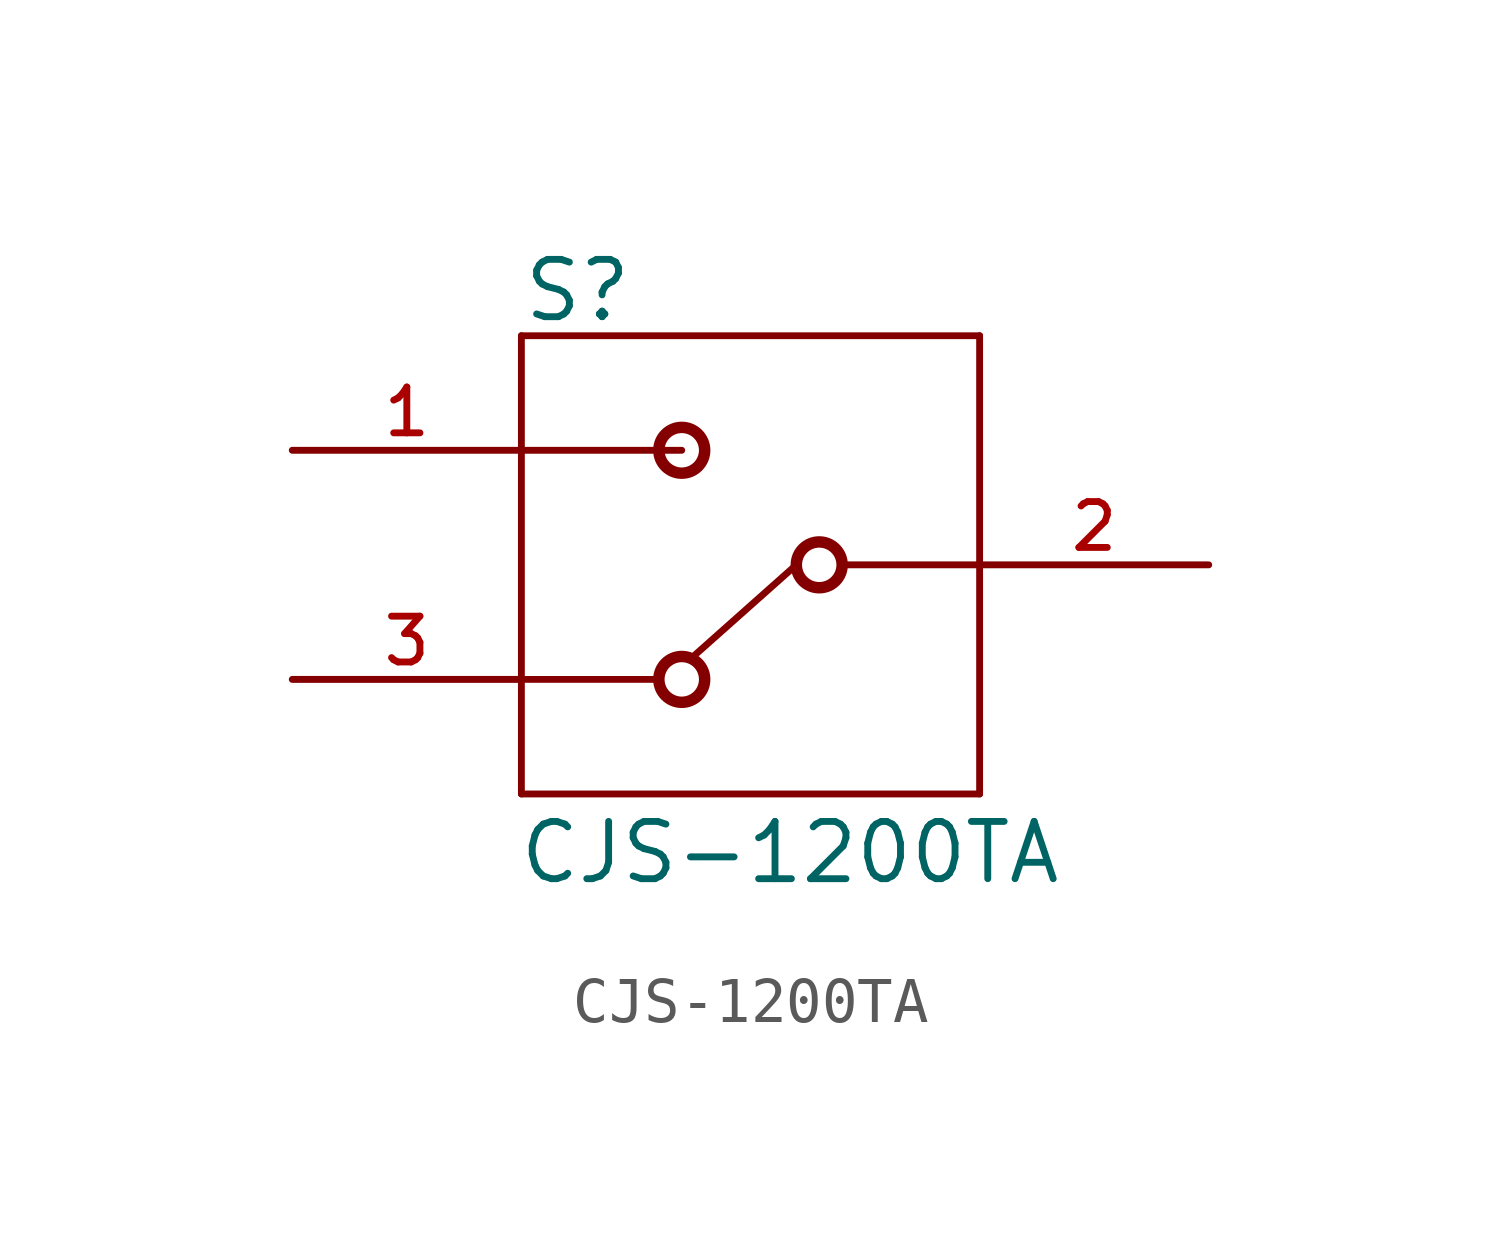
<source format=kicad_sym>
(kicad_symbol_lib
  (version 20211014)
  (generator kicad_symbol_editor)
  (symbol "CJS-1200TA"
    (pin_names
      (offset 1.016))
    (property "Reference" "S"
      (at -5.084 5.339 0)
      (effects (font (size 1.27 1.27)) (justify bottom left)))
    (property "Value" "CJS-1200TA"
      (at -5.181 -7.122 0)
      (effects (font (size 1.27 1.27)) (justify bottom left)))
    (symbol "CJS-1200TA_0_0"
      (circle (center -1.524 2.54) (radius 0.508) (stroke (width 0.254)) (fill (type none)))
      (circle (center -1.524 -2.54) (radius 0.508) (stroke (width 0.254)) (fill (type none)))
      (circle (center 1.524 0.0) (radius 0.508) (stroke (width 0.254)) (fill (type none)))
      (polyline (pts (xy -5.08 5.08) (xy -5.08 2.54)) (stroke (width 0.152)))
      (polyline (pts (xy -5.08 2.54) (xy -5.08 -2.54)) (stroke (width 0.152)))
      (polyline (pts (xy -5.08 -2.54) (xy -5.08 -5.08)) (stroke (width 0.152)))
      (polyline (pts (xy -5.08 -5.08) (xy 5.08 -5.08)) (stroke (width 0.152)))
      (polyline (pts (xy 5.08 -5.08) (xy 5.08 0.0)) (stroke (width 0.152)))
      (polyline (pts (xy 5.08 0.0) (xy 5.08 5.08)) (stroke (width 0.152)))
      (polyline (pts (xy 5.08 5.08) (xy -5.08 5.08)) (stroke (width 0.152)))
      (polyline (pts (xy -5.08 2.54) (xy -1.524 2.54)) (stroke (width 0.152)))
      (polyline (pts (xy -5.08 -2.54) (xy -2.032 -2.54)) (stroke (width 0.152)))
      (polyline (pts (xy 2.032 0.0) (xy 5.08 0.0)) (stroke (width 0.152)))
      (polyline (pts (xy 1.016 0.0) (xy -1.27 -2.032)) (stroke (width 0.152)))
      (pin passive line (at -10.16 2.54 0) (length 5.08) (name "~" (effects (font (size 1.016 1.016)))) (number "1" (effects (font (size 1.016 1.016)))))
      (pin passive line (at -10.16 -2.54 0) (length 5.08) (name "~" (effects (font (size 1.016 1.016)))) (number "3" (effects (font (size 1.016 1.016)))))
      (pin passive line (at 10.16 0.0 180.0) (length 5.08) (name "~" (effects (font (size 1.016 1.016)))) (number "2" (effects (font (size 1.016 1.016))))))))
</source>
